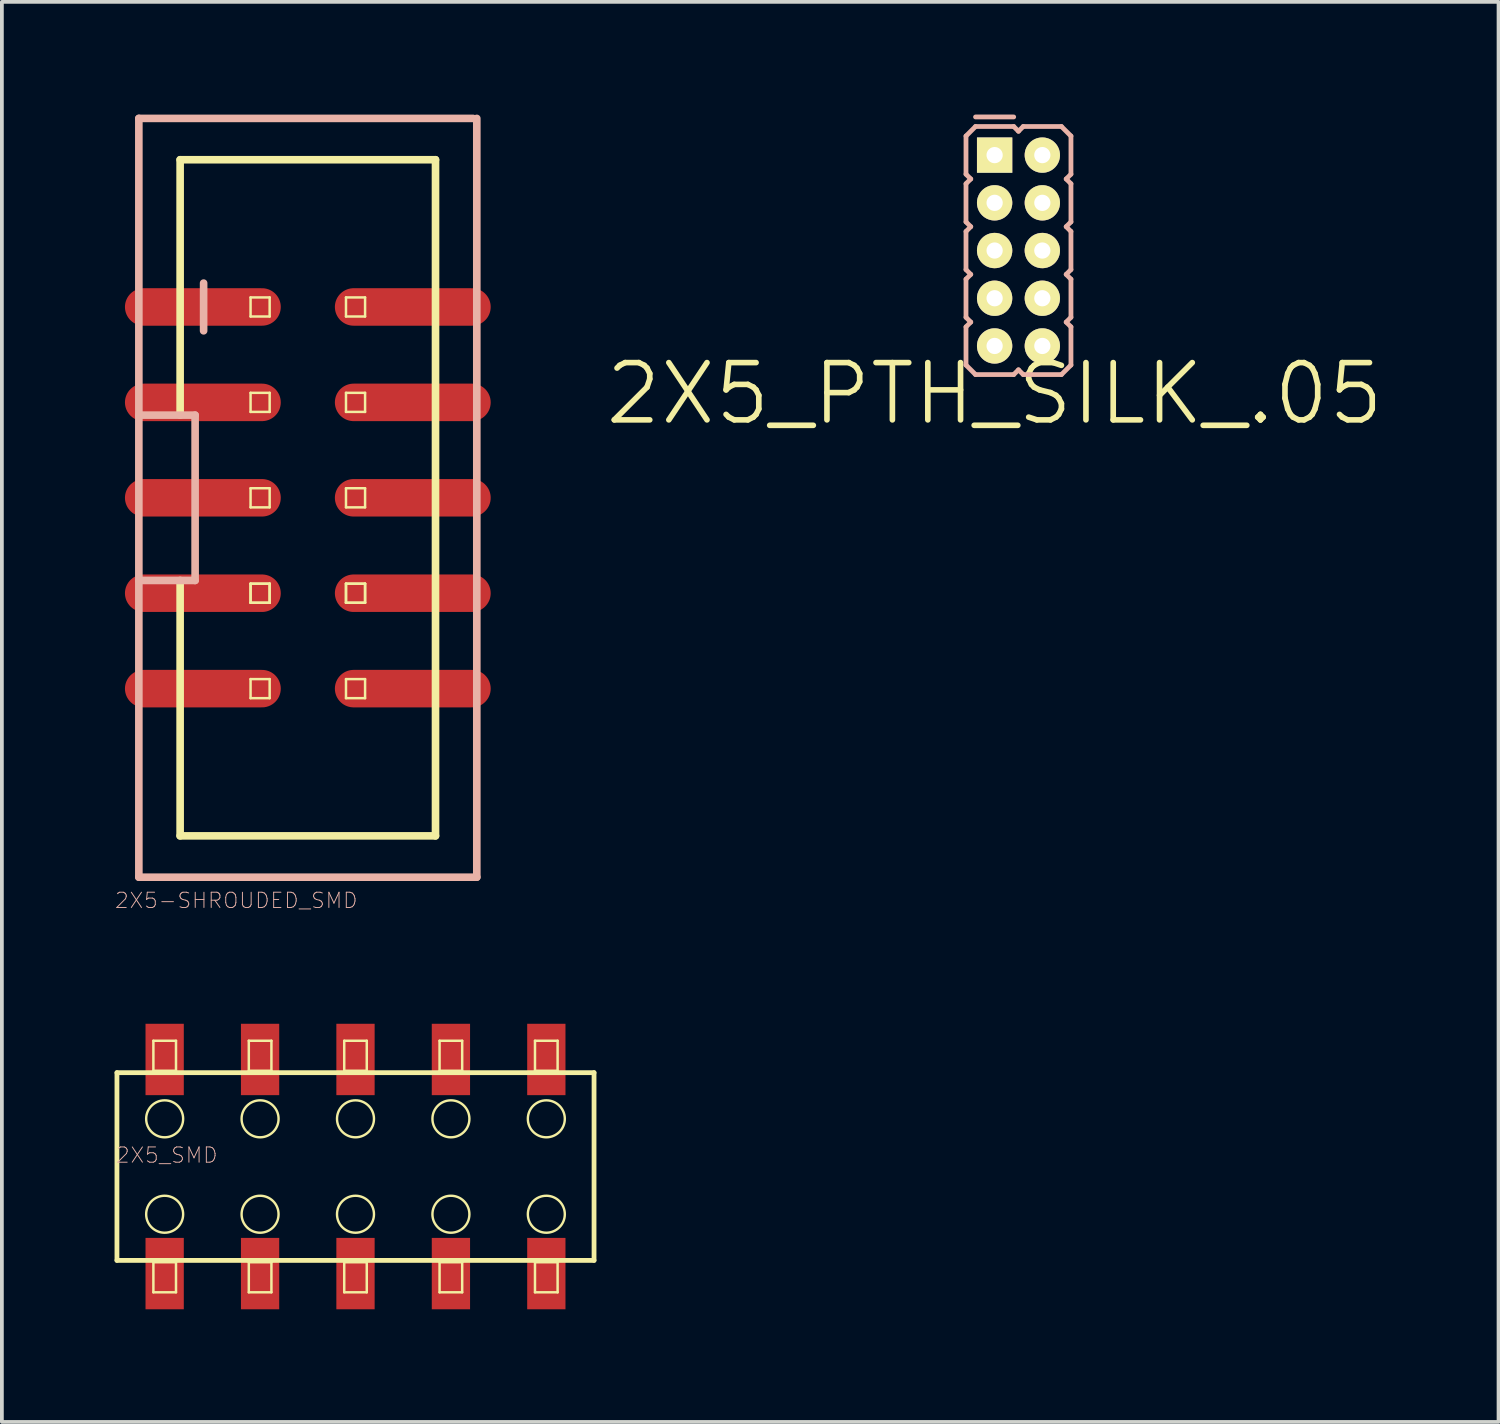
<source format=kicad_pcb>
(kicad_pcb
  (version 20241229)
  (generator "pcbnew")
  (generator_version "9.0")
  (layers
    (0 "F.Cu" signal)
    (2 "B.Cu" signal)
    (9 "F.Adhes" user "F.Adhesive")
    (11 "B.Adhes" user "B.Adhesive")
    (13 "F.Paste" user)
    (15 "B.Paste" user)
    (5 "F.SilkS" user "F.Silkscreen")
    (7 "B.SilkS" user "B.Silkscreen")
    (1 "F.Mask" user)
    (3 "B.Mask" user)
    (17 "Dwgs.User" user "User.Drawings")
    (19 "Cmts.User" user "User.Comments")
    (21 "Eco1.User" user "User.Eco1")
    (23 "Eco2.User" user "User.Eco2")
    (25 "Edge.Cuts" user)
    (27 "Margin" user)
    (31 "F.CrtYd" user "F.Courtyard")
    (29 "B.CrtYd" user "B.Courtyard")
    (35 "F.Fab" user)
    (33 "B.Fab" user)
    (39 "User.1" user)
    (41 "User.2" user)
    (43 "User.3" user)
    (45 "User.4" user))
  (footprint "2X5_SMD"
    (layer "F.Cu")
    (at 6.413 28.002)
    (property "Reference" "2X5_SMD" (at -5.024 -0.302 0) (layer "B.SilkS") (effects (font (size 0.406 0.406) (thickness 0.025))))
    (attr smd)
    (fp_line (start -6.35 -2.499) (end 6.35 -2.499) (stroke (width 0.127) (type solid)) (layer "F.SilkS"))
    (fp_line (start -6.35 2.499) (end -6.35 -2.499) (stroke (width 0.127) (type solid)) (layer "F.SilkS"))
    (fp_line (start -5.38 -3.348) (end -4.778 -3.348) (stroke (width 0.066) (type solid)) (layer "F.SilkS"))
    (fp_line (start -5.38 -2.548) (end -5.38 -3.348) (stroke (width 0.066) (type solid)) (layer "F.SilkS"))
    (fp_line (start -5.38 -2.548) (end -4.778 -2.548) (stroke (width 0.066) (type solid)) (layer "F.SilkS"))
    (fp_line (start -5.38 2.548) (end -4.778 2.548) (stroke (width 0.066) (type solid)) (layer "F.SilkS"))
    (fp_line (start -5.38 3.348) (end -5.38 2.548) (stroke (width 0.066) (type solid)) (layer "F.SilkS"))
    (fp_line (start -5.38 3.348) (end -4.778 3.348) (stroke (width 0.066) (type solid)) (layer "F.SilkS"))
    (fp_line (start -4.778 -2.548) (end -4.778 -3.348) (stroke (width 0.066) (type solid)) (layer "F.SilkS"))
    (fp_line (start -4.778 3.348) (end -4.778 2.548) (stroke (width 0.066) (type solid)) (layer "F.SilkS"))
    (fp_line (start -2.84 -3.348) (end -2.238 -3.348) (stroke (width 0.066) (type solid)) (layer "F.SilkS"))
    (fp_line (start -2.84 -2.548) (end -2.84 -3.348) (stroke (width 0.066) (type solid)) (layer "F.SilkS"))
    (fp_line (start -2.84 -2.548) (end -2.238 -2.548) (stroke (width 0.066) (type solid)) (layer "F.SilkS"))
    (fp_line (start -2.84 2.548) (end -2.238 2.548) (stroke (width 0.066) (type solid)) (layer "F.SilkS"))
    (fp_line (start -2.84 3.348) (end -2.84 2.548) (stroke (width 0.066) (type solid)) (layer "F.SilkS"))
    (fp_line (start -2.84 3.348) (end -2.238 3.348) (stroke (width 0.066) (type solid)) (layer "F.SilkS"))
    (fp_line (start -2.238 -2.548) (end -2.238 -3.348) (stroke (width 0.066) (type solid)) (layer "F.SilkS"))
    (fp_line (start -2.238 3.348) (end -2.238 2.548) (stroke (width 0.066) (type solid)) (layer "F.SilkS"))
    (fp_line (start -0.3 -3.348) (end 0.3 -3.348) (stroke (width 0.066) (type solid)) (layer "F.SilkS"))
    (fp_line (start -0.3 -2.548) (end -0.3 -3.348) (stroke (width 0.066) (type solid)) (layer "F.SilkS"))
    (fp_line (start -0.3 -2.548) (end 0.3 -2.548) (stroke (width 0.066) (type solid)) (layer "F.SilkS"))
    (fp_line (start -0.3 2.548) (end 0.3 2.548) (stroke (width 0.066) (type solid)) (layer "F.SilkS"))
    (fp_line (start -0.3 3.348) (end -0.3 2.548) (stroke (width 0.066) (type solid)) (layer "F.SilkS"))
    (fp_line (start -0.3 3.348) (end 0.3 3.348) (stroke (width 0.066) (type solid)) (layer "F.SilkS"))
    (fp_line (start 0.3 -2.548) (end 0.3 -3.348) (stroke (width 0.066) (type solid)) (layer "F.SilkS"))
    (fp_line (start 0.3 3.348) (end 0.3 2.548) (stroke (width 0.066) (type solid)) (layer "F.SilkS"))
    (fp_line (start 2.238 -3.348) (end 2.84 -3.348) (stroke (width 0.066) (type solid)) (layer "F.SilkS"))
    (fp_line (start 2.238 -2.548) (end 2.238 -3.348) (stroke (width 0.066) (type solid)) (layer "F.SilkS"))
    (fp_line (start 2.238 -2.548) (end 2.84 -2.548) (stroke (width 0.066) (type solid)) (layer "F.SilkS"))
    (fp_line (start 2.238 2.548) (end 2.84 2.548) (stroke (width 0.066) (type solid)) (layer "F.SilkS"))
    (fp_line (start 2.238 3.348) (end 2.238 2.548) (stroke (width 0.066) (type solid)) (layer "F.SilkS"))
    (fp_line (start 2.238 3.348) (end 2.84 3.348) (stroke (width 0.066) (type solid)) (layer "F.SilkS"))
    (fp_line (start 2.84 -2.548) (end 2.84 -3.348) (stroke (width 0.066) (type solid)) (layer "F.SilkS"))
    (fp_line (start 2.84 3.348) (end 2.84 2.548) (stroke (width 0.066) (type solid)) (layer "F.SilkS"))
    (fp_line (start 4.778 -3.348) (end 5.38 -3.348) (stroke (width 0.066) (type solid)) (layer "F.SilkS"))
    (fp_line (start 4.778 -2.548) (end 4.778 -3.348) (stroke (width 0.066) (type solid)) (layer "F.SilkS"))
    (fp_line (start 4.778 -2.548) (end 5.38 -2.548) (stroke (width 0.066) (type solid)) (layer "F.SilkS"))
    (fp_line (start 4.778 2.548) (end 5.38 2.548) (stroke (width 0.066) (type solid)) (layer "F.SilkS"))
    (fp_line (start 4.778 3.348) (end 4.778 2.548) (stroke (width 0.066) (type solid)) (layer "F.SilkS"))
    (fp_line (start 4.778 3.348) (end 5.38 3.348) (stroke (width 0.066) (type solid)) (layer "F.SilkS"))
    (fp_line (start 5.38 -2.548) (end 5.38 -3.348) (stroke (width 0.066) (type solid)) (layer "F.SilkS"))
    (fp_line (start 5.38 3.348) (end 5.38 2.548) (stroke (width 0.066) (type solid)) (layer "F.SilkS"))
    (fp_line (start 6.35 -2.499) (end 6.35 2.499) (stroke (width 0.127) (type solid)) (layer "F.SilkS"))
    (fp_line (start 6.35 2.499) (end -6.35 2.499) (stroke (width 0.127) (type solid)) (layer "F.SilkS"))
    (fp_circle (center -5.08 -1.27) (end -5.428 -1.618) (stroke (width 0.064) (type solid)) (fill no) (layer "F.SilkS"))
    (fp_circle (center -5.08 1.27) (end -5.428 1.618) (stroke (width 0.064) (type solid)) (fill no) (layer "F.SilkS"))
    (fp_circle (center -2.54 -1.27) (end -2.888 -1.618) (stroke (width 0.064) (type solid)) (fill no) (layer "F.SilkS"))
    (fp_circle (center -2.54 1.27) (end -2.888 1.618) (stroke (width 0.064) (type solid)) (fill no) (layer "F.SilkS"))
    (fp_circle (center 0 -1.27) (end -0.348 -1.618) (stroke (width 0.064) (type solid)) (fill no) (layer "F.SilkS"))
    (fp_circle (center 0 1.27) (end -0.348 1.618) (stroke (width 0.064) (type solid)) (fill no) (layer "F.SilkS"))
    (fp_circle (center 2.54 -1.27) (end 2.888 -1.618) (stroke (width 0.064) (type solid)) (fill no) (layer "F.SilkS"))
    (fp_circle (center 2.54 1.27) (end 2.888 1.618) (stroke (width 0.064) (type solid)) (fill no) (layer "F.SilkS"))
    (fp_circle (center 5.08 -1.27) (end 5.428 -1.618) (stroke (width 0.064) (type solid)) (fill no) (layer "F.SilkS"))
    (fp_circle (center 5.08 1.27) (end 5.428 1.618) (stroke (width 0.064) (type solid)) (fill no) (layer "F.SilkS"))
    (pad "1" smd rect (at -5.08 2.85) (size 1.019 1.9) (layers "F.Cu" "F.Mask" "F.Paste"))
    (pad "2" smd rect (at -5.08 -2.85) (size 1.019 1.9) (layers "F.Cu" "F.Mask" "F.Paste"))
    (pad "3" smd rect (at -2.54 2.85) (size 1.019 1.9) (layers "F.Cu" "F.Mask" "F.Paste"))
    (pad "4" smd rect (at -2.54 -2.85) (size 1.019 1.9) (layers "F.Cu" "F.Mask" "F.Paste"))
    (pad "5" smd rect (at 0 2.85) (size 1.019 1.9) (layers "F.Cu" "F.Mask" "F.Paste"))
    (pad "6" smd rect (at 0 -2.85) (size 1.019 1.9) (layers "F.Cu" "F.Mask" "F.Paste"))
    (pad "7" smd rect (at 2.54 2.85) (size 1.019 1.9) (layers "F.Cu" "F.Mask" "F.Paste"))
    (pad "8" smd rect (at 2.54 -2.85) (size 1.019 1.9) (layers "F.Cu" "F.Mask" "F.Paste"))
    (pad "9" smd rect (at 5.08 2.85) (size 1.019 1.9) (layers "F.Cu" "F.Mask" "F.Paste"))
    (pad "10" smd rect (at 5.08 -2.85) (size 1.019 1.9) (layers "F.Cu" "F.Mask" "F.Paste")))
  (footprint "2X5-SHROUDED_SMD"
    (layer "F.Cu")
    (at 5.144 10.201)
    (property "Reference" "2X5-SHROUDED_SMD" (at -1.905 10.719 0) (layer "B.SilkS") (effects (font (size 0.406 0.406) (thickness 0.025))))
    (attr smd)
    (fp_line (start -3.399 -8.999) (end -3.399 -2.2) (stroke (width 0.203) (type solid)) (layer "F.SilkS"))
    (fp_line (start -3.399 -8.999) (end 3.399 -8.999) (stroke (width 0.203) (type solid)) (layer "F.SilkS"))
    (fp_line (start -3.399 8.999) (end -3.399 2.2) (stroke (width 0.203) (type solid)) (layer "F.SilkS"))
    (fp_line (start -3.399 8.999) (end 3.399 8.999) (stroke (width 0.203) (type solid)) (layer "F.SilkS"))
    (fp_line (start -1.524 -5.334) (end -1.016 -5.334) (stroke (width 0.066) (type solid)) (layer "F.SilkS"))
    (fp_line (start -1.524 -4.826) (end -1.524 -5.334) (stroke (width 0.066) (type solid)) (layer "F.SilkS"))
    (fp_line (start -1.524 -4.826) (end -1.016 -4.826) (stroke (width 0.066) (type solid)) (layer "F.SilkS"))
    (fp_line (start -1.524 -2.794) (end -1.016 -2.794) (stroke (width 0.066) (type solid)) (layer "F.SilkS"))
    (fp_line (start -1.524 -2.286) (end -1.524 -2.794) (stroke (width 0.066) (type solid)) (layer "F.SilkS"))
    (fp_line (start -1.524 -2.286) (end -1.016 -2.286) (stroke (width 0.066) (type solid)) (layer "F.SilkS"))
    (fp_line (start -1.524 -0.254) (end -1.016 -0.254) (stroke (width 0.066) (type solid)) (layer "F.SilkS"))
    (fp_line (start -1.524 0.254) (end -1.524 -0.254) (stroke (width 0.066) (type solid)) (layer "F.SilkS"))
    (fp_line (start -1.524 0.254) (end -1.016 0.254) (stroke (width 0.066) (type solid)) (layer "F.SilkS"))
    (fp_line (start -1.524 2.286) (end -1.016 2.286) (stroke (width 0.066) (type solid)) (layer "F.SilkS"))
    (fp_line (start -1.524 2.286) (end -1.016 2.286) (stroke (width 0.066) (type solid)) (layer "F.SilkS"))
    (fp_line (start -1.524 2.794) (end -1.524 2.286) (stroke (width 0.066) (type solid)) (layer "F.SilkS"))
    (fp_line (start -1.524 2.794) (end -1.524 2.286) (stroke (width 0.066) (type solid)) (layer "F.SilkS"))
    (fp_line (start -1.524 2.794) (end -1.016 2.794) (stroke (width 0.066) (type solid)) (layer "F.SilkS"))
    (fp_line (start -1.524 2.794) (end -1.016 2.794) (stroke (width 0.066) (type solid)) (layer "F.SilkS"))
    (fp_line (start -1.524 4.826) (end -1.016 4.826) (stroke (width 0.066) (type solid)) (layer "F.SilkS"))
    (fp_line (start -1.524 5.334) (end -1.524 4.826) (stroke (width 0.066) (type solid)) (layer "F.SilkS"))
    (fp_line (start -1.524 5.334) (end -1.016 5.334) (stroke (width 0.066) (type solid)) (layer "F.SilkS"))
    (fp_line (start -1.016 -4.826) (end -1.016 -5.334) (stroke (width 0.066) (type solid)) (layer "F.SilkS"))
    (fp_line (start -1.016 -2.286) (end -1.016 -2.794) (stroke (width 0.066) (type solid)) (layer "F.SilkS"))
    (fp_line (start -1.016 0.254) (end -1.016 -0.254) (stroke (width 0.066) (type solid)) (layer "F.SilkS"))
    (fp_line (start -1.016 2.794) (end -1.016 2.286) (stroke (width 0.066) (type solid)) (layer "F.SilkS"))
    (fp_line (start -1.016 2.794) (end -1.016 2.286) (stroke (width 0.066) (type solid)) (layer "F.SilkS"))
    (fp_line (start -1.016 5.334) (end -1.016 4.826) (stroke (width 0.066) (type solid)) (layer "F.SilkS"))
    (fp_line (start 1.016 -5.334) (end 1.524 -5.334) (stroke (width 0.066) (type solid)) (layer "F.SilkS"))
    (fp_line (start 1.016 -4.826) (end 1.016 -5.334) (stroke (width 0.066) (type solid)) (layer "F.SilkS"))
    (fp_line (start 1.016 -4.826) (end 1.524 -4.826) (stroke (width 0.066) (type solid)) (layer "F.SilkS"))
    (fp_line (start 1.016 -2.794) (end 1.524 -2.794) (stroke (width 0.066) (type solid)) (layer "F.SilkS"))
    (fp_line (start 1.016 -2.286) (end 1.016 -2.794) (stroke (width 0.066) (type solid)) (layer "F.SilkS"))
    (fp_line (start 1.016 -2.286) (end 1.524 -2.286) (stroke (width 0.066) (type solid)) (layer "F.SilkS"))
    (fp_line (start 1.016 -0.254) (end 1.524 -0.254) (stroke (width 0.066) (type solid)) (layer "F.SilkS"))
    (fp_line (start 1.016 0.254) (end 1.016 -0.254) (stroke (width 0.066) (type solid)) (layer "F.SilkS"))
    (fp_line (start 1.016 0.254) (end 1.524 0.254) (stroke (width 0.066) (type solid)) (layer "F.SilkS"))
    (fp_line (start 1.016 2.286) (end 1.524 2.286) (stroke (width 0.066) (type solid)) (layer "F.SilkS"))
    (fp_line (start 1.016 2.286) (end 1.524 2.286) (stroke (width 0.066) (type solid)) (layer "F.SilkS"))
    (fp_line (start 1.016 2.794) (end 1.016 2.286) (stroke (width 0.066) (type solid)) (layer "F.SilkS"))
    (fp_line (start 1.016 2.794) (end 1.016 2.286) (stroke (width 0.066) (type solid)) (layer "F.SilkS"))
    (fp_line (start 1.016 2.794) (end 1.524 2.794) (stroke (width 0.066) (type solid)) (layer "F.SilkS"))
    (fp_line (start 1.016 2.794) (end 1.524 2.794) (stroke (width 0.066) (type solid)) (layer "F.SilkS"))
    (fp_line (start 1.016 4.826) (end 1.524 4.826) (stroke (width 0.066) (type solid)) (layer "F.SilkS"))
    (fp_line (start 1.016 5.334) (end 1.016 4.826) (stroke (width 0.066) (type solid)) (layer "F.SilkS"))
    (fp_line (start 1.016 5.334) (end 1.524 5.334) (stroke (width 0.066) (type solid)) (layer "F.SilkS"))
    (fp_line (start 1.524 -4.826) (end 1.524 -5.334) (stroke (width 0.066) (type solid)) (layer "F.SilkS"))
    (fp_line (start 1.524 -2.286) (end 1.524 -2.794) (stroke (width 0.066) (type solid)) (layer "F.SilkS"))
    (fp_line (start 1.524 0.254) (end 1.524 -0.254) (stroke (width 0.066) (type solid)) (layer "F.SilkS"))
    (fp_line (start 1.524 2.794) (end 1.524 2.286) (stroke (width 0.066) (type solid)) (layer "F.SilkS"))
    (fp_line (start 1.524 2.794) (end 1.524 2.286) (stroke (width 0.066) (type solid)) (layer "F.SilkS"))
    (fp_line (start 1.524 5.334) (end 1.524 4.826) (stroke (width 0.066) (type solid)) (layer "F.SilkS"))
    (fp_line (start 3.399 -8.999) (end 3.399 8.999) (stroke (width 0.203) (type solid)) (layer "F.SilkS"))
    (fp_line (start -4.498 -10.099) (end 4.399 -10.099) (stroke (width 0.203) (type solid)) (layer "B.SilkS"))
    (fp_line (start -4.498 -2.2) (end -4.498 -10.099) (stroke (width 0.203) (type solid)) (layer "B.SilkS"))
    (fp_line (start -4.498 -2.2) (end -3 -2.2) (stroke (width 0.203) (type solid)) (layer "B.SilkS"))
    (fp_line (start -4.498 2.2) (end -4.498 -2.2) (stroke (width 0.203) (type solid)) (layer "B.SilkS"))
    (fp_line (start -4.498 10.099) (end -4.498 2.2) (stroke (width 0.203) (type solid)) (layer "B.SilkS"))
    (fp_line (start -3 -2.2) (end -3 2.2) (stroke (width 0.203) (type solid)) (layer "B.SilkS"))
    (fp_line (start -3 2.2) (end -4.498 2.2) (stroke (width 0.203) (type solid)) (layer "B.SilkS"))
    (fp_line (start -2.774 -5.715) (end -2.774 -4.445) (stroke (width 0.203) (type solid)) (layer "B.SilkS"))
    (fp_line (start 4.498 -10.099) (end 4.498 10.099) (stroke (width 0.203) (type solid)) (layer "B.SilkS"))
    (fp_line (start 4.498 10.099) (end -4.498 10.099) (stroke (width 0.203) (type solid)) (layer "B.SilkS"))
    (pad "1" smd oval (at -2.794 -5.08) (size 4.148 0.998) (layers "F.Cu" "F.Mask" "F.Paste"))
    (pad "2" smd oval (at 2.794 -5.08) (size 4.148 0.998) (layers "F.Cu" "F.Mask" "F.Paste"))
    (pad "3" smd oval (at -2.794 -2.54) (size 4.148 0.998) (layers "F.Cu" "F.Mask" "F.Paste"))
    (pad "4" smd oval (at 2.794 -2.54) (size 4.148 0.998) (layers "F.Cu" "F.Mask" "F.Paste"))
    (pad "5" smd oval (at -2.794 0) (size 4.148 0.998) (layers "F.Cu" "F.Mask" "F.Paste"))
    (pad "6" smd oval (at 2.794 0) (size 4.148 0.998) (layers "F.Cu" "F.Mask" "F.Paste"))
    (pad "7" smd oval (at -2.794 2.54) (size 4.148 0.998) (layers "F.Cu" "F.Mask" "F.Paste"))
    (pad "8" smd oval (at 2.794 2.54) (size 4.148 0.998) (layers "F.Cu" "F.Mask" "F.Paste"))
    (pad "9" smd oval (at -2.794 5.08) (size 4.148 0.998) (layers "F.Cu" "F.Mask" "F.Paste"))
    (pad "10" smd oval (at 2.794 5.08) (size 4.148 0.998) (layers "F.Cu" "F.Mask" "F.Paste")))
  (footprint "2X5_PTH_SILK_.05"
    (layer "F.Cu")
    (at 23.426 7.429)
    (property "Reference" "2X5_PTH_SILK_.05" (at 0 0 0) (layer "F.SilkS") (effects (font (size 1.524 1.524) (thickness 0.15))))
    (attr exclude_from_pos_files exclude_from_bom)
    (fp_line (start -0.762 -6.858) (end -0.508 -7.112) (stroke (width 0.127) (type solid)) (layer "B.SilkS"))
    (fp_line (start -0.762 -5.842) (end -0.762 -6.858) (stroke (width 0.127) (type solid)) (layer "B.SilkS"))
    (fp_line (start -0.762 -5.588) (end -0.635 -5.715) (stroke (width 0.127) (type solid)) (layer "B.SilkS"))
    (fp_line (start -0.762 -4.572) (end -0.762 -5.588) (stroke (width 0.127) (type solid)) (layer "B.SilkS"))
    (fp_line (start -0.762 -4.318) (end -0.635 -4.445) (stroke (width 0.127) (type solid)) (layer "B.SilkS"))
    (fp_line (start -0.762 -3.302) (end -0.762 -4.318) (stroke (width 0.127) (type solid)) (layer "B.SilkS"))
    (fp_line (start -0.762 -3.048) (end -0.635 -3.175) (stroke (width 0.127) (type solid)) (layer "B.SilkS"))
    (fp_line (start -0.762 -2.032) (end -0.762 -3.048) (stroke (width 0.127) (type solid)) (layer "B.SilkS"))
    (fp_line (start -0.762 -1.778) (end -0.635 -1.905) (stroke (width 0.127) (type solid)) (layer "B.SilkS"))
    (fp_line (start -0.762 -0.762) (end -0.762 -1.778) (stroke (width 0.127) (type solid)) (layer "B.SilkS"))
    (fp_line (start -0.635 -5.715) (end -0.762 -5.842) (stroke (width 0.127) (type solid)) (layer "B.SilkS"))
    (fp_line (start -0.635 -4.445) (end -0.762 -4.572) (stroke (width 0.127) (type solid)) (layer "B.SilkS"))
    (fp_line (start -0.635 -3.175) (end -0.762 -3.302) (stroke (width 0.127) (type solid)) (layer "B.SilkS"))
    (fp_line (start -0.635 -1.905) (end -0.762 -2.032) (stroke (width 0.127) (type solid)) (layer "B.SilkS"))
    (fp_line (start -0.508 -7.366) (end 0.508 -7.366) (stroke (width 0.127) (type solid)) (layer "B.SilkS"))
    (fp_line (start -0.508 -7.112) (end 0.508 -7.112) (stroke (width 0.127) (type solid)) (layer "B.SilkS"))
    (fp_line (start -0.508 -0.508) (end -0.762 -0.762) (stroke (width 0.127) (type solid)) (layer "B.SilkS"))
    (fp_line (start 0.508 -7.112) (end 0.635 -6.985) (stroke (width 0.127) (type solid)) (layer "B.SilkS"))
    (fp_line (start 0.508 -0.508) (end -0.508 -0.508) (stroke (width 0.127) (type solid)) (layer "B.SilkS"))
    (fp_line (start 0.635 -6.985) (end 0.762 -7.112) (stroke (width 0.127) (type solid)) (layer "B.SilkS"))
    (fp_line (start 0.635 -0.635) (end 0.508 -0.508) (stroke (width 0.127) (type solid)) (layer "B.SilkS"))
    (fp_line (start 0.762 -7.112) (end 1.778 -7.112) (stroke (width 0.127) (type solid)) (layer "B.SilkS"))
    (fp_line (start 0.762 -0.508) (end 0.635 -0.635) (stroke (width 0.127) (type solid)) (layer "B.SilkS"))
    (fp_line (start 1.778 -7.112) (end 2.032 -6.858) (stroke (width 0.127) (type solid)) (layer "B.SilkS"))
    (fp_line (start 1.778 -0.508) (end 0.762 -0.508) (stroke (width 0.127) (type solid)) (layer "B.SilkS"))
    (fp_line (start 1.905 -5.715) (end 2.032 -5.588) (stroke (width 0.127) (type solid)) (layer "B.SilkS"))
    (fp_line (start 1.905 -4.445) (end 2.032 -4.318) (stroke (width 0.127) (type solid)) (layer "B.SilkS"))
    (fp_line (start 1.905 -3.175) (end 2.032 -3.048) (stroke (width 0.127) (type solid)) (layer "B.SilkS"))
    (fp_line (start 1.905 -1.905) (end 2.032 -1.778) (stroke (width 0.127) (type solid)) (layer "B.SilkS"))
    (fp_line (start 2.032 -6.858) (end 2.032 -5.842) (stroke (width 0.127) (type solid)) (layer "B.SilkS"))
    (fp_line (start 2.032 -5.842) (end 1.905 -5.715) (stroke (width 0.127) (type solid)) (layer "B.SilkS"))
    (fp_line (start 2.032 -5.588) (end 2.032 -4.572) (stroke (width 0.127) (type solid)) (layer "B.SilkS"))
    (fp_line (start 2.032 -4.572) (end 1.905 -4.445) (stroke (width 0.127) (type solid)) (layer "B.SilkS"))
    (fp_line (start 2.032 -4.318) (end 2.032 -3.302) (stroke (width 0.127) (type solid)) (layer "B.SilkS"))
    (fp_line (start 2.032 -3.302) (end 1.905 -3.175) (stroke (width 0.127) (type solid)) (layer "B.SilkS"))
    (fp_line (start 2.032 -3.048) (end 2.032 -2.032) (stroke (width 0.127) (type solid)) (layer "B.SilkS"))
    (fp_line (start 2.032 -2.032) (end 1.905 -1.905) (stroke (width 0.127) (type solid)) (layer "B.SilkS"))
    (fp_line (start 2.032 -1.778) (end 2.032 -0.762) (stroke (width 0.127) (type solid)) (layer "B.SilkS"))
    (fp_line (start 2.032 -0.762) (end 1.778 -0.508) (stroke (width 0.127) (type solid)) (layer "B.SilkS"))
    (pad "1" thru_hole rect (at 0 -6.35) (size 0.94 0.94) (drill 0.432) (layers "*.Cu" "F.Mask" "F.SilkS" "F.Paste"))
    (pad "2" thru_hole circle (at 1.27 -6.35) (size 0.94 0.94) (drill 0.432) (layers "*.Cu" "F.Mask" "F.SilkS" "F.Paste"))
    (pad "3" thru_hole circle (at 0 -5.08) (size 0.94 0.94) (drill 0.432) (layers "*.Cu" "F.Mask" "F.SilkS" "F.Paste"))
    (pad "4" thru_hole circle (at 1.27 -5.08) (size 0.94 0.94) (drill 0.432) (layers "*.Cu" "F.Mask" "F.SilkS" "F.Paste"))
    (pad "5" thru_hole circle (at 0 -3.81) (size 0.94 0.94) (drill 0.432) (layers "*.Cu" "F.Mask" "F.SilkS" "F.Paste"))
    (pad "6" thru_hole circle (at 1.27 -3.81) (size 0.94 0.94) (drill 0.432) (layers "*.Cu" "F.Mask" "F.SilkS" "F.Paste"))
    (pad "7" thru_hole circle (at 0 -2.54) (size 0.94 0.94) (drill 0.432) (layers "*.Cu" "F.Mask" "F.SilkS" "F.Paste"))
    (pad "8" thru_hole circle (at 1.27 -2.54) (size 0.94 0.94) (drill 0.432) (layers "*.Cu" "F.Mask" "F.SilkS" "F.Paste"))
    (pad "9" thru_hole circle (at 0 -1.27) (size 0.94 0.94) (drill 0.432) (layers "*.Cu" "F.Mask" "F.SilkS" "F.Paste"))
    (pad "10" thru_hole circle (at 1.27 -1.27) (size 0.94 0.94) (drill 0.432) (layers "*.Cu" "F.Mask" "F.SilkS" "F.Paste")))
  (gr_rect
    (start -3 -3)
    (end 36.84 34.801)
    (stroke (width 0.1) (type default))
    (fill no)
    (layer "Edge.Cuts")))
</source>
